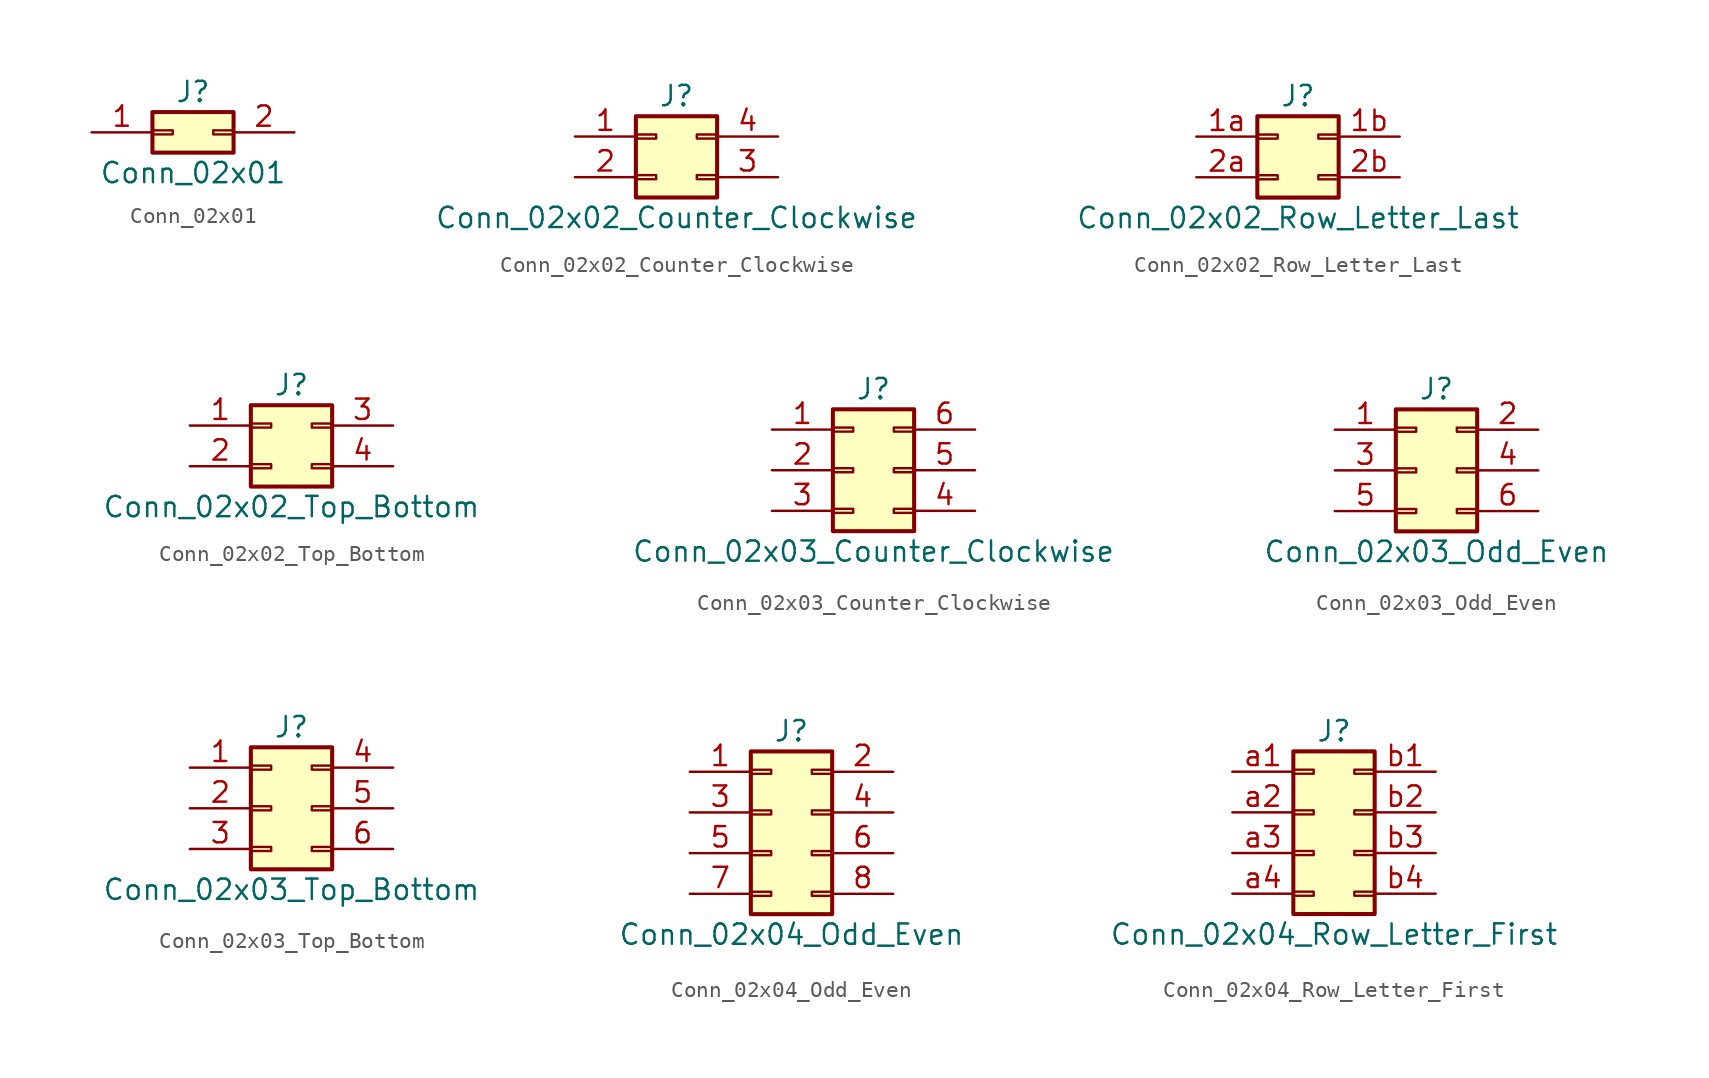
<source format=kicad_sym>
(kicad_symbol_lib
  (version 20201005)
  (generator kicad_symbol_editor)
  (symbol "Conn_02x01"
    (pin_names
      (offset 1.016) hide)
    (property "Reference" "J"
      (at 1.27 2.54 0)
      (effects (font (size 1.27 1.27))))
    (property "Value" "Conn_02x01"
      (at 1.27 -2.54 0)
      (effects (font (size 1.27 1.27))))
    (symbol "Conn_02x01_1_1"
      (rectangle (start -1.27 0.127) (end 0 -0.127) (stroke (width 0.152)) (fill (type none)))
      (rectangle (start 3.81 0.127) (end 2.54 -0.127) (stroke (width 0.152)) (fill (type none)))
      (rectangle (start -1.27 1.27) (end 3.81 -1.27) (stroke (width 0.254)) (fill (type background)))
      (pin passive line (at -5.08 0 0) (length 3.81) (name "Pin_1" (effects (font (size 1.27 1.27)))) (number "1" (effects (font (size 1.27 1.27)))))
      (pin passive line (at 7.62 0 180) (length 3.81) (name "Pin_2" (effects (font (size 1.27 1.27)))) (number "2" (effects (font (size 1.27 1.27)))))))
  (symbol "Conn_02x02_Counter_Clockwise"
    (pin_names
      (offset 1.016) hide)
    (property "Reference" "J"
      (at 1.27 2.54 0)
      (effects (font (size 1.27 1.27))))
    (property "Value" "Conn_02x02_Counter_Clockwise"
      (at 1.27 -5.08 0)
      (effects (font (size 1.27 1.27))))
    (symbol "Conn_02x02_Counter_Clockwise_1_1"
      (rectangle (start -1.27 -2.413) (end 0 -2.667) (stroke (width 0.152)) (fill (type none)))
      (rectangle (start -1.27 0.127) (end 0 -0.127) (stroke (width 0.152)) (fill (type none)))
      (rectangle (start 3.81 -2.413) (end 2.54 -2.667) (stroke (width 0.152)) (fill (type none)))
      (rectangle (start 3.81 0.127) (end 2.54 -0.127) (stroke (width 0.152)) (fill (type none)))
      (rectangle (start -1.27 1.27) (end 3.81 -3.81) (stroke (width 0.254)) (fill (type background)))
      (pin passive line (at -5.08 0 0) (length 3.81) (name "Pin_1" (effects (font (size 1.27 1.27)))) (number "1" (effects (font (size 1.27 1.27)))))
      (pin passive line (at -5.08 -2.54 0) (length 3.81) (name "Pin_2" (effects (font (size 1.27 1.27)))) (number "2" (effects (font (size 1.27 1.27)))))
      (pin passive line (at 7.62 -2.54 180) (length 3.81) (name "Pin_3" (effects (font (size 1.27 1.27)))) (number "3" (effects (font (size 1.27 1.27)))))
      (pin passive line (at 7.62 0 180) (length 3.81) (name "Pin_4" (effects (font (size 1.27 1.27)))) (number "4" (effects (font (size 1.27 1.27)))))))
  (symbol "Conn_02x02_Row_Letter_Last"
    (pin_names
      (offset 1.016) hide)
    (property "Reference" "J"
      (at 1.27 2.54 0)
      (effects (font (size 1.27 1.27))))
    (property "Value" "Conn_02x02_Row_Letter_Last"
      (at 1.27 -5.08 0)
      (effects (font (size 1.27 1.27))))
    (symbol "Conn_02x02_Row_Letter_Last_1_1"
      (rectangle (start -1.27 -2.413) (end 0 -2.667) (stroke (width 0.152)) (fill (type none)))
      (rectangle (start -1.27 0.127) (end 0 -0.127) (stroke (width 0.152)) (fill (type none)))
      (rectangle (start 3.81 -2.413) (end 2.54 -2.667) (stroke (width 0.152)) (fill (type none)))
      (rectangle (start 3.81 0.127) (end 2.54 -0.127) (stroke (width 0.152)) (fill (type none)))
      (rectangle (start -1.27 1.27) (end 3.81 -3.81) (stroke (width 0.254)) (fill (type background)))
      (pin passive line (at -5.08 0 0) (length 3.81) (name "Pin_1a" (effects (font (size 1.27 1.27)))) (number "1a" (effects (font (size 1.27 1.27)))))
      (pin passive line (at 7.62 0 180) (length 3.81) (name "Pin_1b" (effects (font (size 1.27 1.27)))) (number "1b" (effects (font (size 1.27 1.27)))))
      (pin passive line (at -5.08 -2.54 0) (length 3.81) (name "Pin_2a" (effects (font (size 1.27 1.27)))) (number "2a" (effects (font (size 1.27 1.27)))))
      (pin passive line (at 7.62 -2.54 180) (length 3.81) (name "Pin_2b" (effects (font (size 1.27 1.27)))) (number "2b" (effects (font (size 1.27 1.27)))))))
  (symbol "Conn_02x02_Top_Bottom"
    (pin_names
      (offset 1.016) hide)
    (property "Reference" "J"
      (at 1.27 2.54 0)
      (effects (font (size 1.27 1.27))))
    (property "Value" "Conn_02x02_Top_Bottom"
      (at 1.27 -5.08 0)
      (effects (font (size 1.27 1.27))))
    (symbol "Conn_02x02_Top_Bottom_1_1"
      (rectangle (start -1.27 -2.413) (end 0 -2.667) (stroke (width 0.152)) (fill (type none)))
      (rectangle (start -1.27 0.127) (end 0 -0.127) (stroke (width 0.152)) (fill (type none)))
      (rectangle (start 3.81 -2.413) (end 2.54 -2.667) (stroke (width 0.152)) (fill (type none)))
      (rectangle (start 3.81 0.127) (end 2.54 -0.127) (stroke (width 0.152)) (fill (type none)))
      (rectangle (start -1.27 1.27) (end 3.81 -3.81) (stroke (width 0.254)) (fill (type background)))
      (pin passive line (at -5.08 0 0) (length 3.81) (name "Pin_1" (effects (font (size 1.27 1.27)))) (number "1" (effects (font (size 1.27 1.27)))))
      (pin passive line (at -5.08 -2.54 0) (length 3.81) (name "Pin_2" (effects (font (size 1.27 1.27)))) (number "2" (effects (font (size 1.27 1.27)))))
      (pin passive line (at 7.62 0 180) (length 3.81) (name "Pin_3" (effects (font (size 1.27 1.27)))) (number "3" (effects (font (size 1.27 1.27)))))
      (pin passive line (at 7.62 -2.54 180) (length 3.81) (name "Pin_4" (effects (font (size 1.27 1.27)))) (number "4" (effects (font (size 1.27 1.27)))))))
  (symbol "Conn_02x03_Counter_Clockwise"
    (pin_names
      (offset 1.016) hide)
    (property "Reference" "J"
      (at 1.27 5.08 0)
      (effects (font (size 1.27 1.27))))
    (property "Value" "Conn_02x03_Counter_Clockwise"
      (at 1.27 -5.08 0)
      (effects (font (size 1.27 1.27))))
    (symbol "Conn_02x03_Counter_Clockwise_1_1"
      (rectangle (start -1.27 -2.413) (end 0 -2.667) (stroke (width 0.152)) (fill (type none)))
      (rectangle (start -1.27 0.127) (end 0 -0.127) (stroke (width 0.152)) (fill (type none)))
      (rectangle (start -1.27 2.667) (end 0 2.413) (stroke (width 0.152)) (fill (type none)))
      (rectangle (start 3.81 -2.413) (end 2.54 -2.667) (stroke (width 0.152)) (fill (type none)))
      (rectangle (start 3.81 0.127) (end 2.54 -0.127) (stroke (width 0.152)) (fill (type none)))
      (rectangle (start 3.81 2.667) (end 2.54 2.413) (stroke (width 0.152)) (fill (type none)))
      (rectangle (start -1.27 3.81) (end 3.81 -3.81) (stroke (width 0.254)) (fill (type background)))
      (pin passive line (at -5.08 2.54 0) (length 3.81) (name "Pin_1" (effects (font (size 1.27 1.27)))) (number "1" (effects (font (size 1.27 1.27)))))
      (pin passive line (at -5.08 0 0) (length 3.81) (name "Pin_2" (effects (font (size 1.27 1.27)))) (number "2" (effects (font (size 1.27 1.27)))))
      (pin passive line (at -5.08 -2.54 0) (length 3.81) (name "Pin_3" (effects (font (size 1.27 1.27)))) (number "3" (effects (font (size 1.27 1.27)))))
      (pin passive line (at 7.62 -2.54 180) (length 3.81) (name "Pin_4" (effects (font (size 1.27 1.27)))) (number "4" (effects (font (size 1.27 1.27)))))
      (pin passive line (at 7.62 0 180) (length 3.81) (name "Pin_5" (effects (font (size 1.27 1.27)))) (number "5" (effects (font (size 1.27 1.27)))))
      (pin passive line (at 7.62 2.54 180) (length 3.81) (name "Pin_6" (effects (font (size 1.27 1.27)))) (number "6" (effects (font (size 1.27 1.27)))))))
  (symbol "Conn_02x03_Odd_Even"
    (pin_names
      (offset 1.016) hide)
    (property "Reference" "J"
      (at 1.27 5.08 0)
      (effects (font (size 1.27 1.27))))
    (property "Value" "Conn_02x03_Odd_Even"
      (at 1.27 -5.08 0)
      (effects (font (size 1.27 1.27))))
    (symbol "Conn_02x03_Odd_Even_1_1"
      (rectangle (start -1.27 -2.413) (end 0 -2.667) (stroke (width 0.152)) (fill (type none)))
      (rectangle (start -1.27 0.127) (end 0 -0.127) (stroke (width 0.152)) (fill (type none)))
      (rectangle (start -1.27 2.667) (end 0 2.413) (stroke (width 0.152)) (fill (type none)))
      (rectangle (start 3.81 -2.413) (end 2.54 -2.667) (stroke (width 0.152)) (fill (type none)))
      (rectangle (start 3.81 0.127) (end 2.54 -0.127) (stroke (width 0.152)) (fill (type none)))
      (rectangle (start 3.81 2.667) (end 2.54 2.413) (stroke (width 0.152)) (fill (type none)))
      (rectangle (start -1.27 3.81) (end 3.81 -3.81) (stroke (width 0.254)) (fill (type background)))
      (pin passive line (at -5.08 2.54 0) (length 3.81) (name "Pin_1" (effects (font (size 1.27 1.27)))) (number "1" (effects (font (size 1.27 1.27)))))
      (pin passive line (at 7.62 2.54 180) (length 3.81) (name "Pin_2" (effects (font (size 1.27 1.27)))) (number "2" (effects (font (size 1.27 1.27)))))
      (pin passive line (at -5.08 0 0) (length 3.81) (name "Pin_3" (effects (font (size 1.27 1.27)))) (number "3" (effects (font (size 1.27 1.27)))))
      (pin passive line (at 7.62 0 180) (length 3.81) (name "Pin_4" (effects (font (size 1.27 1.27)))) (number "4" (effects (font (size 1.27 1.27)))))
      (pin passive line (at -5.08 -2.54 0) (length 3.81) (name "Pin_5" (effects (font (size 1.27 1.27)))) (number "5" (effects (font (size 1.27 1.27)))))
      (pin passive line (at 7.62 -2.54 180) (length 3.81) (name "Pin_6" (effects (font (size 1.27 1.27)))) (number "6" (effects (font (size 1.27 1.27)))))))
  (symbol "Conn_02x03_Top_Bottom"
    (pin_names
      (offset 1.016) hide)
    (property "Reference" "J"
      (at 1.27 5.08 0)
      (effects (font (size 1.27 1.27))))
    (property "Value" "Conn_02x03_Top_Bottom"
      (at 1.27 -5.08 0)
      (effects (font (size 1.27 1.27))))
    (symbol "Conn_02x03_Top_Bottom_1_1"
      (rectangle (start -1.27 -2.413) (end 0 -2.667) (stroke (width 0.152)) (fill (type none)))
      (rectangle (start -1.27 0.127) (end 0 -0.127) (stroke (width 0.152)) (fill (type none)))
      (rectangle (start -1.27 2.667) (end 0 2.413) (stroke (width 0.152)) (fill (type none)))
      (rectangle (start 3.81 -2.413) (end 2.54 -2.667) (stroke (width 0.152)) (fill (type none)))
      (rectangle (start 3.81 0.127) (end 2.54 -0.127) (stroke (width 0.152)) (fill (type none)))
      (rectangle (start 3.81 2.667) (end 2.54 2.413) (stroke (width 0.152)) (fill (type none)))
      (rectangle (start -1.27 3.81) (end 3.81 -3.81) (stroke (width 0.254)) (fill (type background)))
      (pin passive line (at -5.08 2.54 0) (length 3.81) (name "Pin_1" (effects (font (size 1.27 1.27)))) (number "1" (effects (font (size 1.27 1.27)))))
      (pin passive line (at -5.08 0 0) (length 3.81) (name "Pin_2" (effects (font (size 1.27 1.27)))) (number "2" (effects (font (size 1.27 1.27)))))
      (pin passive line (at -5.08 -2.54 0) (length 3.81) (name "Pin_3" (effects (font (size 1.27 1.27)))) (number "3" (effects (font (size 1.27 1.27)))))
      (pin passive line (at 7.62 2.54 180) (length 3.81) (name "Pin_4" (effects (font (size 1.27 1.27)))) (number "4" (effects (font (size 1.27 1.27)))))
      (pin passive line (at 7.62 0 180) (length 3.81) (name "Pin_5" (effects (font (size 1.27 1.27)))) (number "5" (effects (font (size 1.27 1.27)))))
      (pin passive line (at 7.62 -2.54 180) (length 3.81) (name "Pin_6" (effects (font (size 1.27 1.27)))) (number "6" (effects (font (size 1.27 1.27)))))))
  (symbol "Conn_02x04_Odd_Even"
    (pin_names
      (offset 1.016) hide)
    (property "Reference" "J"
      (at 1.27 5.08 0)
      (effects (font (size 1.27 1.27))))
    (property "Value" "Conn_02x04_Odd_Even"
      (at 1.27 -7.62 0)
      (effects (font (size 1.27 1.27))))
    (symbol "Conn_02x04_Odd_Even_1_1"
      (rectangle (start -1.27 -4.953) (end 0 -5.207) (stroke (width 0.152)) (fill (type none)))
      (rectangle (start -1.27 -2.413) (end 0 -2.667) (stroke (width 0.152)) (fill (type none)))
      (rectangle (start -1.27 0.127) (end 0 -0.127) (stroke (width 0.152)) (fill (type none)))
      (rectangle (start -1.27 2.667) (end 0 2.413) (stroke (width 0.152)) (fill (type none)))
      (rectangle (start 3.81 -4.953) (end 2.54 -5.207) (stroke (width 0.152)) (fill (type none)))
      (rectangle (start 3.81 -2.413) (end 2.54 -2.667) (stroke (width 0.152)) (fill (type none)))
      (rectangle (start 3.81 0.127) (end 2.54 -0.127) (stroke (width 0.152)) (fill (type none)))
      (rectangle (start 3.81 2.667) (end 2.54 2.413) (stroke (width 0.152)) (fill (type none)))
      (rectangle (start -1.27 3.81) (end 3.81 -6.35) (stroke (width 0.254)) (fill (type background)))
      (pin passive line (at -5.08 2.54 0) (length 3.81) (name "Pin_1" (effects (font (size 1.27 1.27)))) (number "1" (effects (font (size 1.27 1.27)))))
      (pin passive line (at 7.62 2.54 180) (length 3.81) (name "Pin_2" (effects (font (size 1.27 1.27)))) (number "2" (effects (font (size 1.27 1.27)))))
      (pin passive line (at -5.08 0 0) (length 3.81) (name "Pin_3" (effects (font (size 1.27 1.27)))) (number "3" (effects (font (size 1.27 1.27)))))
      (pin passive line (at 7.62 0 180) (length 3.81) (name "Pin_4" (effects (font (size 1.27 1.27)))) (number "4" (effects (font (size 1.27 1.27)))))
      (pin passive line (at -5.08 -2.54 0) (length 3.81) (name "Pin_5" (effects (font (size 1.27 1.27)))) (number "5" (effects (font (size 1.27 1.27)))))
      (pin passive line (at 7.62 -2.54 180) (length 3.81) (name "Pin_6" (effects (font (size 1.27 1.27)))) (number "6" (effects (font (size 1.27 1.27)))))
      (pin passive line (at -5.08 -5.08 0) (length 3.81) (name "Pin_7" (effects (font (size 1.27 1.27)))) (number "7" (effects (font (size 1.27 1.27)))))
      (pin passive line (at 7.62 -5.08 180) (length 3.81) (name "Pin_8" (effects (font (size 1.27 1.27)))) (number "8" (effects (font (size 1.27 1.27)))))))
  (symbol "Conn_02x04_Row_Letter_First"
    (pin_names
      (offset 1.016) hide)
    (property "Reference" "J"
      (at 1.27 5.08 0)
      (effects (font (size 1.27 1.27))))
    (property "Value" "Conn_02x04_Row_Letter_First"
      (at 1.27 -7.62 0)
      (effects (font (size 1.27 1.27))))
    (symbol "Conn_02x04_Row_Letter_First_1_1"
      (rectangle (start -1.27 -4.953) (end 0 -5.207) (stroke (width 0.152)) (fill (type none)))
      (rectangle (start -1.27 -2.413) (end 0 -2.667) (stroke (width 0.152)) (fill (type none)))
      (rectangle (start -1.27 0.127) (end 0 -0.127) (stroke (width 0.152)) (fill (type none)))
      (rectangle (start -1.27 2.667) (end 0 2.413) (stroke (width 0.152)) (fill (type none)))
      (rectangle (start 3.81 -4.953) (end 2.54 -5.207) (stroke (width 0.152)) (fill (type none)))
      (rectangle (start 3.81 -2.413) (end 2.54 -2.667) (stroke (width 0.152)) (fill (type none)))
      (rectangle (start 3.81 0.127) (end 2.54 -0.127) (stroke (width 0.152)) (fill (type none)))
      (rectangle (start 3.81 2.667) (end 2.54 2.413) (stroke (width 0.152)) (fill (type none)))
      (rectangle (start -1.27 3.81) (end 3.81 -6.35) (stroke (width 0.254)) (fill (type background)))
      (pin passive line (at -5.08 2.54 0) (length 3.81) (name "Pin_a1" (effects (font (size 1.27 1.27)))) (number "a1" (effects (font (size 1.27 1.27)))))
      (pin passive line (at -5.08 0 0) (length 3.81) (name "Pin_a2" (effects (font (size 1.27 1.27)))) (number "a2" (effects (font (size 1.27 1.27)))))
      (pin passive line (at -5.08 -2.54 0) (length 3.81) (name "Pin_a3" (effects (font (size 1.27 1.27)))) (number "a3" (effects (font (size 1.27 1.27)))))
      (pin passive line (at -5.08 -5.08 0) (length 3.81) (name "Pin_a4" (effects (font (size 1.27 1.27)))) (number "a4" (effects (font (size 1.27 1.27)))))
      (pin passive line (at 7.62 2.54 180) (length 3.81) (name "Pin_b1" (effects (font (size 1.27 1.27)))) (number "b1" (effects (font (size 1.27 1.27)))))
      (pin passive line (at 7.62 0 180) (length 3.81) (name "Pin_b2" (effects (font (size 1.27 1.27)))) (number "b2" (effects (font (size 1.27 1.27)))))
      (pin passive line (at 7.62 -2.54 180) (length 3.81) (name "Pin_b3" (effects (font (size 1.27 1.27)))) (number "b3" (effects (font (size 1.27 1.27)))))
      (pin passive line (at 7.62 -5.08 180) (length 3.81) (name "Pin_b4" (effects (font (size 1.27 1.27)))) (number "b4" (effects (font (size 1.27 1.27))))))))
</source>
